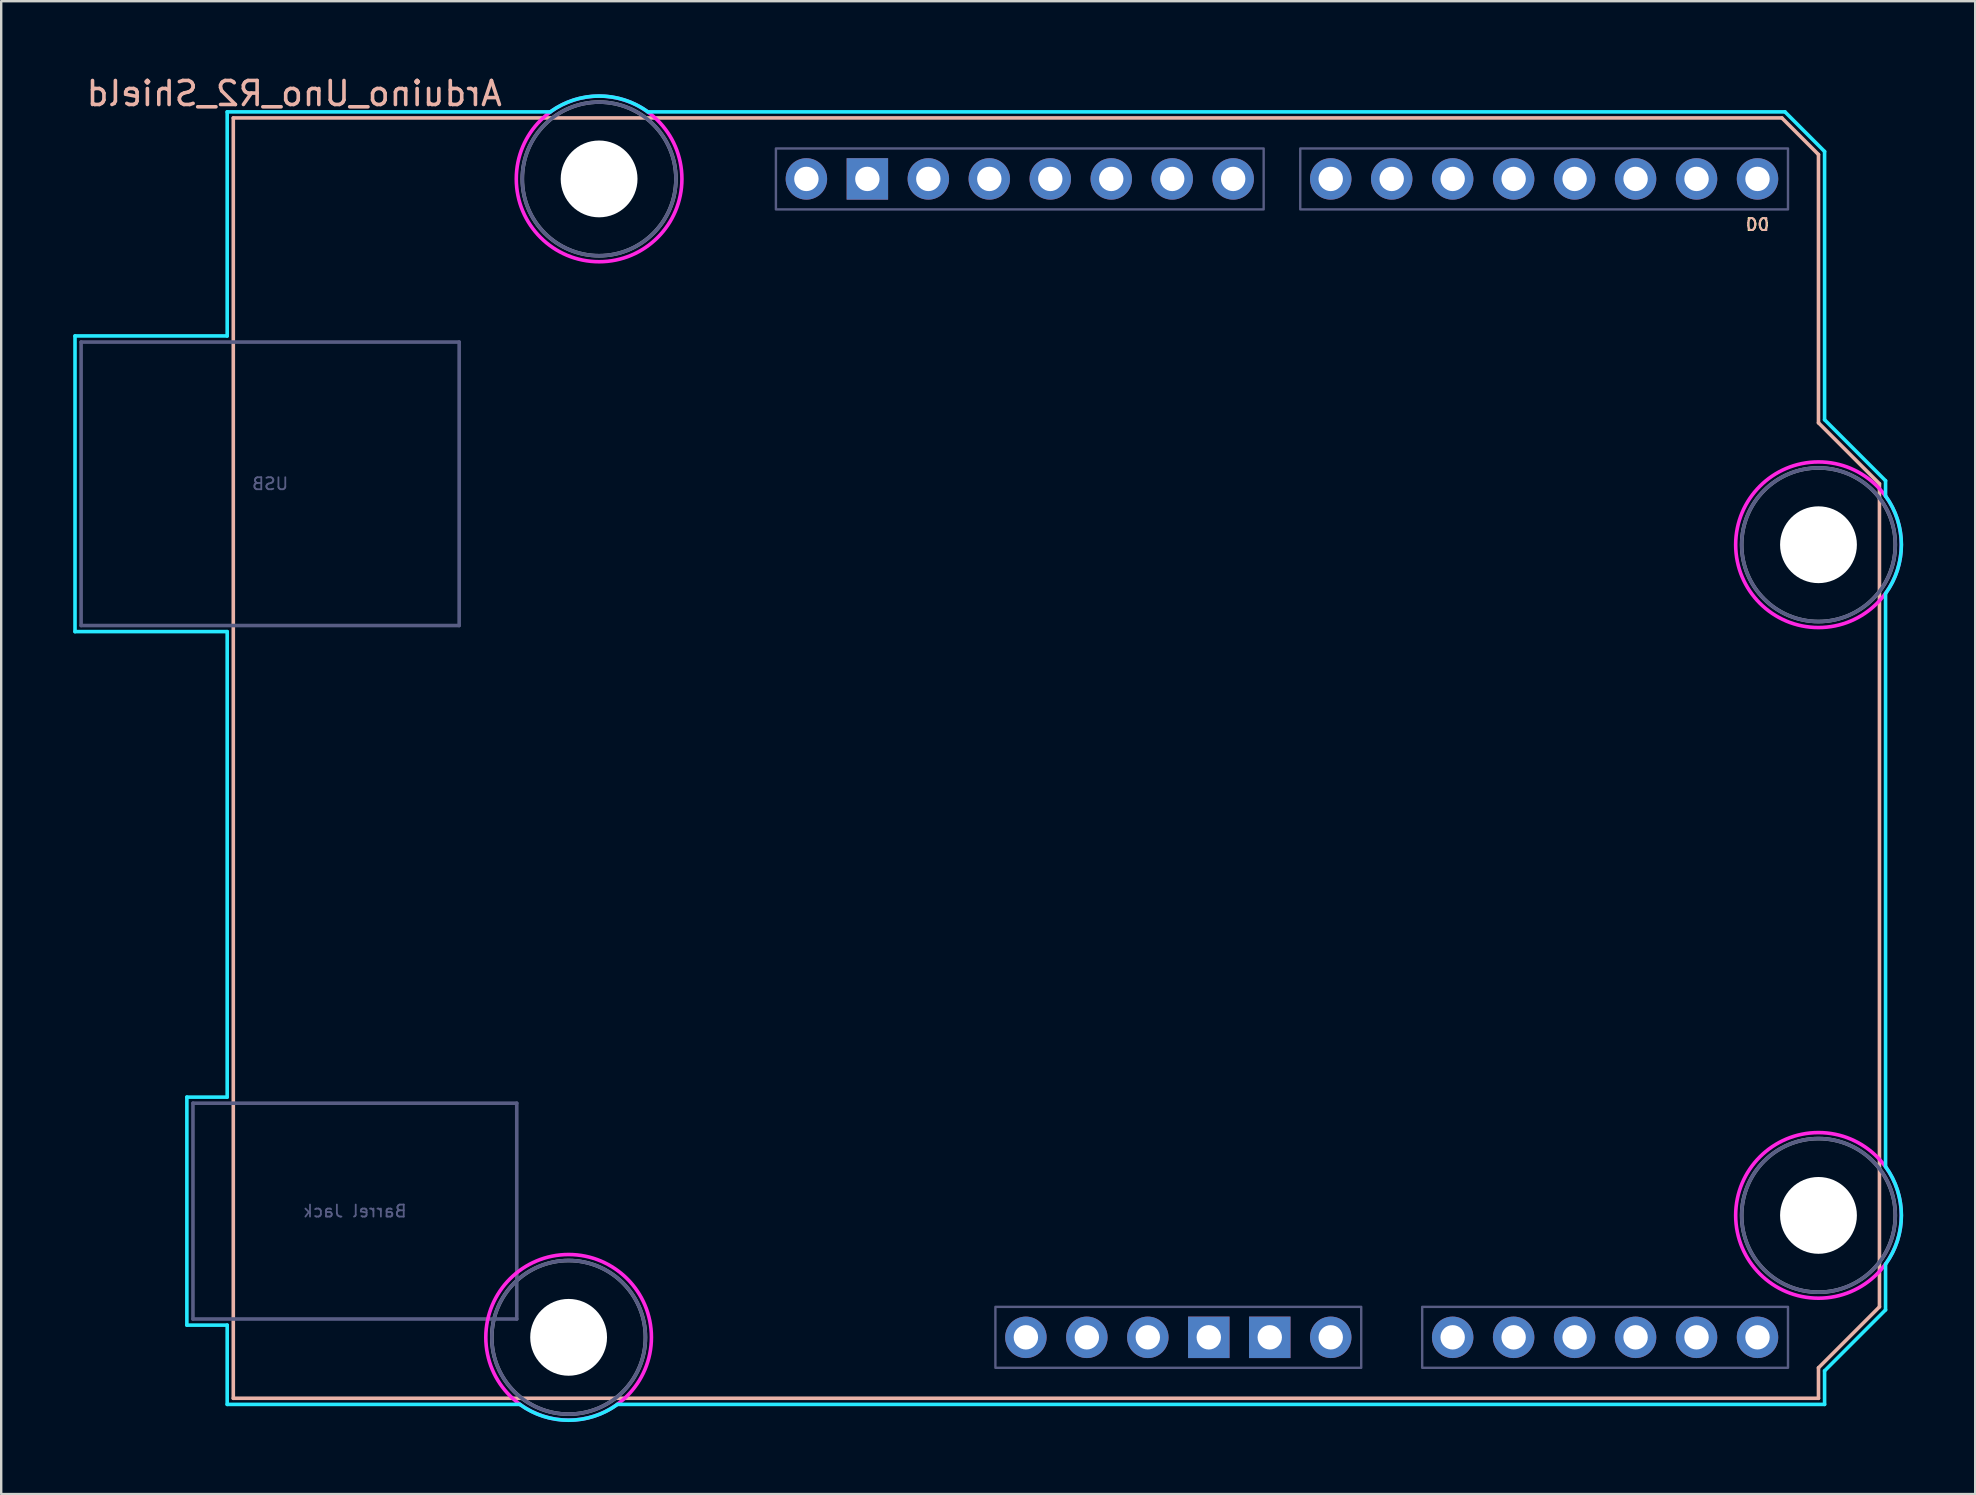
<source format=kicad_pcb>
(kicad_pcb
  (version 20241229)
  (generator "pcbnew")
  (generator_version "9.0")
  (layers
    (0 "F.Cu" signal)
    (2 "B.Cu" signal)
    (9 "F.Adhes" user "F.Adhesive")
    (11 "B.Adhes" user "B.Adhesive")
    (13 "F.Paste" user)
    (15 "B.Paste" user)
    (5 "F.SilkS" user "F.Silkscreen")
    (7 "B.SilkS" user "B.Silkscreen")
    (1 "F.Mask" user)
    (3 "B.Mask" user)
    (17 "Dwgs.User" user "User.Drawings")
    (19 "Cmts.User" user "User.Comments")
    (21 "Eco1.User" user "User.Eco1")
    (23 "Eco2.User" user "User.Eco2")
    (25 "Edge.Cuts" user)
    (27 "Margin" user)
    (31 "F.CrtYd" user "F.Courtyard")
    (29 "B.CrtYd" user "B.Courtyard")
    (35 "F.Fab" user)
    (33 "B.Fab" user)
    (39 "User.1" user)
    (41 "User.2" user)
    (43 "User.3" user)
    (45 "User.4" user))
  (footprint "Arduino_Uno_R2_Shield"
    (layer "F.Cu")
    (at 6.669 55.204)
    (property "Reference" "Arduino_Uno_R2_Shield" (at 2.54 -54.356 0) (layer "B.SilkS") (effects (font (size 1 1) (thickness 0.15)) (justify mirror)))
    (attr through_hole)
    (fp_line (start 0 -53.34) (end 0 0) (stroke (width 0.15) (type solid)) (layer "B.SilkS"))
    (fp_line (start 0 -53.34) (end 64.516 -53.34) (stroke (width 0.15) (type solid)) (layer "B.SilkS"))
    (fp_line (start 0 0) (end 66.04 0) (stroke (width 0.15) (type solid)) (layer "B.SilkS"))
    (fp_line (start 64.516 -53.34) (end 66.04 -51.816) (stroke (width 0.15) (type solid)) (layer "B.SilkS"))
    (fp_line (start 66.04 -40.64) (end 66.04 -51.816) (stroke (width 0.15) (type solid)) (layer "B.SilkS"))
    (fp_line (start 66.04 -1.27) (end 68.58 -3.81) (stroke (width 0.15) (type solid)) (layer "B.SilkS"))
    (fp_line (start 66.04 0) (end 66.04 -1.27) (stroke (width 0.15) (type solid)) (layer "B.SilkS"))
    (fp_line (start 68.58 -38.1) (end 66.04 -40.64) (stroke (width 0.15) (type solid)) (layer "B.SilkS"))
    (fp_line (start 68.58 -3.81) (end 68.58 -38.1) (stroke (width 0.15) (type solid)) (layer "B.SilkS"))
    (fp_line (start -6.594 -44.258) (end -0.254 -44.258) (stroke (width 0.15) (type solid)) (layer "B.CrtYd"))
    (fp_line (start -6.594 -31.94) (end -6.594 -44.258) (stroke (width 0.15) (type solid)) (layer "B.CrtYd"))
    (fp_line (start -1.934 -12.548) (end -1.934 -3.049) (stroke (width 0.15) (type solid)) (layer "B.CrtYd"))
    (fp_line (start -1.934 -12.548) (end -0.254 -12.548) (stroke (width 0.15) (type solid)) (layer "B.CrtYd"))
    (fp_line (start -1.934 -3.049) (end -0.254 -3.049) (stroke (width 0.15) (type solid)) (layer "B.CrtYd"))
    (fp_line (start -0.254 -53.594) (end -0.254 -44.258) (stroke (width 0.15) (type solid)) (layer "B.CrtYd"))
    (fp_line (start -0.254 -31.94) (end -6.594 -31.94) (stroke (width 0.15) (type solid)) (layer "B.CrtYd"))
    (fp_line (start -0.254 -31.94) (end -0.254 -12.548) (stroke (width 0.15) (type solid)) (layer "B.CrtYd"))
    (fp_line (start -0.254 -3.049) (end -0.254 0.254) (stroke (width 0.15) (type solid)) (layer "B.CrtYd"))
    (fp_line (start 11.938 0.254) (end -0.254 0.254) (stroke (width 0.15) (type solid)) (layer "B.CrtYd"))
    (fp_line (start 13.208 -53.594) (end -0.254 -53.594) (stroke (width 0.15) (type solid)) (layer "B.CrtYd"))
    (fp_line (start 16.002 0.254) (end 66.294 0.254) (stroke (width 0.15) (type solid)) (layer "B.CrtYd"))
    (fp_line (start 17.272 -53.594) (end 64.643 -53.594) (stroke (width 0.15) (type solid)) (layer "B.CrtYd"))
    (fp_line (start 64.643 -53.594) (end 66.294 -51.943) (stroke (width 0.15) (type solid)) (layer "B.CrtYd"))
    (fp_line (start 66.294 -40.767) (end 66.294 -51.943) (stroke (width 0.15) (type solid)) (layer "B.CrtYd"))
    (fp_line (start 66.294 -1.143) (end 68.834 -3.683) (stroke (width 0.15) (type solid)) (layer "B.CrtYd"))
    (fp_line (start 66.294 0.254) (end 66.294 -1.143) (stroke (width 0.15) (type solid)) (layer "B.CrtYd"))
    (fp_line (start 68.834 -38.227) (end 66.294 -40.767) (stroke (width 0.15) (type solid)) (layer "B.CrtYd"))
    (fp_line (start 68.834 -38.227) (end 68.834 -37.592) (stroke (width 0.15) (type solid)) (layer "B.CrtYd"))
    (fp_line (start 68.834 -9.652) (end 68.834 -33.528) (stroke (width 0.15) (type solid)) (layer "B.CrtYd"))
    (fp_line (start 68.834 -5.588) (end 68.834 -3.683) (stroke (width 0.15) (type solid)) (layer "B.CrtYd"))
    (fp_arc (start 13.208 -53.594) (mid 15.24 -54.254237) (end 17.272 -53.594) (stroke (width 0.15) (type solid)) (layer "B.CrtYd"))
    (fp_arc (start 16.002 0.254) (mid 13.97 0.914237) (end 11.938 0.254) (stroke (width 0.15) (type solid)) (layer "B.CrtYd"))
    (fp_arc (start 68.834 -37.592) (mid 69.494238 -35.56) (end 68.834 -33.528) (stroke (width 0.15) (type solid)) (layer "B.CrtYd"))
    (fp_arc (start 68.834 -9.652) (mid 69.494238 -7.62) (end 68.834 -5.588) (stroke (width 0.15) (type solid)) (layer "B.CrtYd"))
    (fp_circle (center 13.97 -2.54) (end 17.42 -2.54) (stroke (width 0.15) (type solid)) (fill no) (layer "F.CrtYd"))
    (fp_circle (center 15.24 -50.8) (end 18.69 -50.8) (stroke (width 0.15) (type solid)) (fill no) (layer "F.CrtYd"))
    (fp_circle (center 66.04 -35.56) (end 69.49 -35.56) (stroke (width 0.15) (type solid)) (fill no) (layer "F.CrtYd"))
    (fp_circle (center 66.04 -7.62) (end 69.49 -7.62) (stroke (width 0.15) (type solid)) (fill no) (layer "F.CrtYd"))
    (fp_line (start -6.34 -44.004) (end 9.41 -44.004) (stroke (width 0.15) (type solid)) (layer "B.Fab"))
    (fp_line (start -6.34 -32.194) (end -6.34 -44.004) (stroke (width 0.15) (type solid)) (layer "B.Fab"))
    (fp_line (start -6.34 -32.194) (end 9.41 -32.194) (stroke (width 0.15) (type solid)) (layer "B.Fab"))
    (fp_line (start -1.68 -12.294) (end -1.68 -3.303) (stroke (width 0.15) (type solid)) (layer "B.Fab"))
    (fp_line (start -1.68 -12.294) (end 11.81 -12.294) (stroke (width 0.15) (type solid)) (layer "B.Fab"))
    (fp_line (start -1.68 -3.303) (end 11.81 -3.303) (stroke (width 0.15) (type solid)) (layer "B.Fab"))
    (fp_line (start 9.41 -32.194) (end 9.41 -44.004) (stroke (width 0.15) (type solid)) (layer "B.Fab"))
    (fp_line (start 11.81 -12.294) (end 11.81 -3.303) (stroke (width 0.15) (type solid)) (layer "B.Fab"))
    (fp_rect (start 22.606 -52.07) (end 42.926 -49.53) (stroke (width 0.1) (type solid)) (fill no) (layer "B.Fab"))
    (fp_rect (start 31.75 -3.81) (end 46.99 -1.27) (stroke (width 0.1) (type solid)) (fill no) (layer "B.Fab"))
    (fp_rect (start 44.45 -52.07) (end 64.77 -49.53) (stroke (width 0.1) (type solid)) (fill no) (layer "B.Fab"))
    (fp_rect (start 49.53 -3.81) (end 64.77 -1.27) (stroke (width 0.1) (type solid)) (fill no) (layer "B.Fab"))
    (fp_circle (center 13.97 -2.54) (end 17.17 -2.54) (stroke (width 0.15) (type solid)) (fill no) (layer "B.Fab"))
    (fp_circle (center 15.24 -50.8) (end 18.44 -50.8) (stroke (width 0.15) (type solid)) (fill no) (layer "B.Fab"))
    (fp_circle (center 66.04 -35.56) (end 69.24 -35.56) (stroke (width 0.15) (type solid)) (fill no) (layer "B.Fab"))
    (fp_circle (center 66.04 -7.62) (end 69.24 -7.62) (stroke (width 0.15) (type solid)) (fill no) (layer "B.Fab"))
    (fp_circle (center 13.97 -2.54) (end 17.17 -2.54) (stroke (width 0.15) (type solid)) (fill no) (layer "F.Fab"))
    (fp_circle (center 15.24 -50.8) (end 18.44 -50.8) (stroke (width 0.15) (type solid)) (fill no) (layer "F.Fab"))
    (fp_circle (center 66.04 -35.56) (end 69.24 -35.56) (stroke (width 0.15) (type solid)) (fill no) (layer "F.Fab"))
    (fp_circle (center 66.04 -7.62) (end 69.24 -7.62) (stroke (width 0.15) (type solid)) (fill no) (layer "F.Fab"))
    (fp_text user "D0" (at 63.5 -48.895 0) (unlocked yes) (layer "F.SilkS") (effects (font (size 0.5 0.5) (thickness 0.075))))
    (fp_text user "D0" (at 63.5 -48.895 0) (unlocked yes) (layer "B.SilkS") (effects (font (size 0.5 0.5) (thickness 0.075)) (justify mirror)))
    (fp_text user "USB" (at 1.535 -38.099 0) (layer "B.Fab") (effects (font (size 0.5 0.5) (thickness 0.075)) (justify mirror)))
    (fp_text user "Barrel Jack" (at 5.065 -7.798 0) (layer "B.Fab") (effects (font (size 0.5 0.5) (thickness 0.075)) (justify mirror)))
    (pad "" np_thru_hole circle (at 13.97 -2.54) (size 3.2 3.2) (drill 3.2) (layers "*.Cu" "*.Mask"))
    (pad "" np_thru_hole circle (at 15.24 -50.8) (size 3.2 3.2) (drill 3.2) (layers "*.Cu" "*.Mask"))
    (pad "" np_thru_hole circle (at 66.04 -35.56) (size 3.2 3.2) (drill 3.2) (layers "*.Cu" "*.Mask"))
    (pad "" np_thru_hole circle (at 66.04 -7.62) (size 3.2 3.2) (drill 3.2) (layers "*.Cu" "*.Mask"))
    (pad "3V3" thru_hole oval (at 35.56 -2.54) (size 1.727 1.727) (drill 1.016) (layers "*.Cu" "*.Mask"))
    (pad "5V1" thru_hole oval (at 38.1 -2.54) (size 1.727 1.727) (drill 1.016) (layers "*.Cu" "*.Mask"))
    (pad "A0" thru_hole oval (at 50.8 -2.54) (size 1.727 1.727) (drill 1.016) (layers "*.Cu" "*.Mask"))
    (pad "A1" thru_hole oval (at 53.34 -2.54) (size 1.727 1.727) (drill 1.016) (layers "*.Cu" "*.Mask"))
    (pad "A2" thru_hole oval (at 55.88 -2.54) (size 1.727 1.727) (drill 1.016) (layers "*.Cu" "*.Mask"))
    (pad "A3" thru_hole oval (at 58.42 -2.54) (size 1.727 1.727) (drill 1.016) (layers "*.Cu" "*.Mask"))
    (pad "A4" thru_hole oval (at 60.96 -2.54) (size 1.727 1.727) (drill 1.016) (layers "*.Cu" "*.Mask"))
    (pad "A5" thru_hole oval (at 63.5 -2.54) (size 1.727 1.727) (drill 1.016) (layers "*.Cu" "*.Mask"))
    (pad "AREF" thru_hole oval (at 23.876 -50.8) (size 1.727 1.727) (drill 1.016) (layers "*.Cu" "*.Mask"))
    (pad "D0" thru_hole oval (at 63.5 -50.8) (size 1.727 1.727) (drill 1.016) (layers "*.Cu" "*.Mask"))
    (pad "D1" thru_hole oval (at 60.96 -50.8) (size 1.727 1.727) (drill 1.016) (layers "*.Cu" "*.Mask"))
    (pad "D2" thru_hole oval (at 58.42 -50.8) (size 1.727 1.727) (drill 1.016) (layers "*.Cu" "*.Mask"))
    (pad "D3" thru_hole oval (at 55.88 -50.8) (size 1.727 1.727) (drill 1.016) (layers "*.Cu" "*.Mask"))
    (pad "D4" thru_hole oval (at 53.34 -50.8) (size 1.727 1.727) (drill 1.016) (layers "*.Cu" "*.Mask"))
    (pad "D5" thru_hole oval (at 50.8 -50.8) (size 1.727 1.727) (drill 1.016) (layers "*.Cu" "*.Mask"))
    (pad "D6" thru_hole oval (at 48.26 -50.8) (size 1.727 1.727) (drill 1.016) (layers "*.Cu" "*.Mask"))
    (pad "D7" thru_hole oval (at 45.72 -50.8) (size 1.727 1.727) (drill 1.016) (layers "*.Cu" "*.Mask"))
    (pad "D8" thru_hole oval (at 41.656 -50.8) (size 1.727 1.727) (drill 1.016) (layers "*.Cu" "*.Mask"))
    (pad "D9" thru_hole oval (at 39.116 -50.8) (size 1.727 1.727) (drill 1.016) (layers "*.Cu" "*.Mask"))
    (pad "D10" thru_hole oval (at 36.576 -50.8) (size 1.727 1.727) (drill 1.016) (layers "*.Cu" "*.Mask"))
    (pad "D11" thru_hole oval (at 34.036 -50.8) (size 1.727 1.727) (drill 1.016) (layers "*.Cu" "*.Mask"))
    (pad "D12" thru_hole oval (at 31.496 -50.8) (size 1.727 1.727) (drill 1.016) (layers "*.Cu" "*.Mask"))
    (pad "D13" thru_hole oval (at 28.956 -50.8) (size 1.727 1.727) (drill 1.016) (layers "*.Cu" "*.Mask"))
    (pad "GND1" thru_hole rect (at 26.416 -50.8) (size 1.727 1.727) (drill 1.016) (layers "*.Cu" "*.Mask"))
    (pad "GND2" thru_hole rect (at 40.64 -2.54) (size 1.727 1.727) (drill 1.016) (layers "*.Cu" "*.Mask"))
    (pad "GND3" thru_hole rect (at 43.18 -2.54) (size 1.727 1.727) (drill 1.016) (layers "*.Cu" "*.Mask"))
    (pad "RST1" thru_hole oval (at 33.02 -2.54) (size 1.727 1.727) (drill 1.016) (layers "*.Cu" "*.Mask"))
    (pad "VIN" thru_hole oval (at 45.72 -2.54) (size 1.727 1.727) (drill 1.016) (layers "*.Cu" "*.Mask")))
  (gr_rect
    (start -3 -3)
    (end 79.238 59.193)
    (stroke (width 0.1) (type default))
    (fill no)
    (layer "Edge.Cuts")))
</source>
